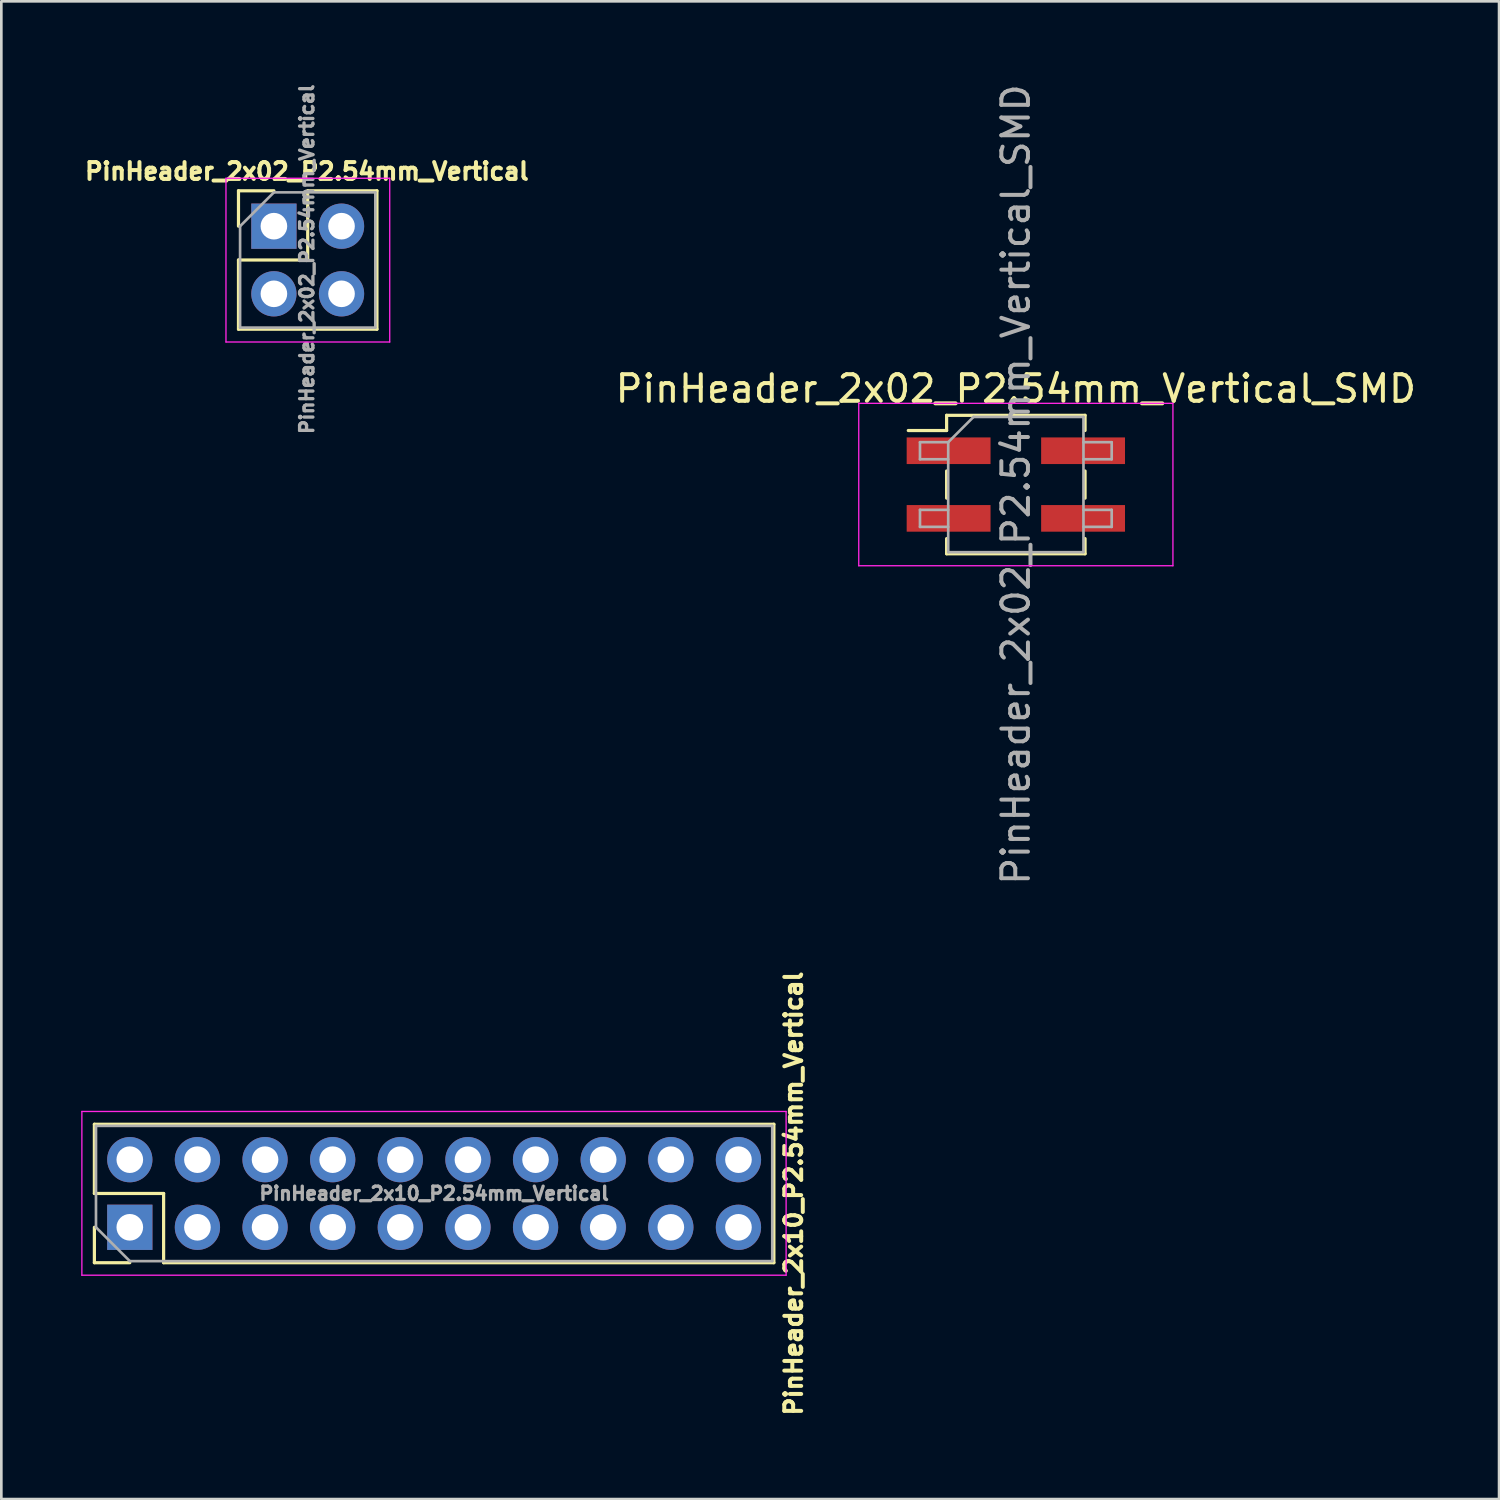
<source format=kicad_pcb>
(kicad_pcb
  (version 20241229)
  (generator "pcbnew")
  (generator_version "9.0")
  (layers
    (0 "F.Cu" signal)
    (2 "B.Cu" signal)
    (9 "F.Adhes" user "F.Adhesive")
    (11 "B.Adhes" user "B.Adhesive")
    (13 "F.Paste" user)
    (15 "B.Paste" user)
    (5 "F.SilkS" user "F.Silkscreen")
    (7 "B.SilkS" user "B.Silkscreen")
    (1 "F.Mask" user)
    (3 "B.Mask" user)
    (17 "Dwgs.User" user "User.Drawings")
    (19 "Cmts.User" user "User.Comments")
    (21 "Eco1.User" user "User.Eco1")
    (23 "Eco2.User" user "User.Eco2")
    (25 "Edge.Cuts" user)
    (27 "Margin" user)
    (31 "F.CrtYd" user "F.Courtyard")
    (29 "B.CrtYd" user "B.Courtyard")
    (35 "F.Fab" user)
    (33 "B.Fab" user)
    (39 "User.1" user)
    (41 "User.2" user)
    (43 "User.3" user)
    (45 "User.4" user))
  (footprint "PinHeader_2x02_P2.54mm_Vertical"
    (layer "F.Cu")
    (at 8.477 6.685)
    (property "Reference" "PinHeader_2x02_P2.54mm_Vertical" (at 0 -3.3 0) (layer "F.SilkS") (effects (font (size 0.635 0.635) (thickness 0.15))))
    (attr through_hole)
    (fp_line (start -2.57 -2.57) (end -1.24 -2.57) (stroke (width 0.12) (type solid)) (layer "F.SilkS"))
    (fp_line (start -2.57 -1.24) (end -2.57 -2.57) (stroke (width 0.12) (type solid)) (layer "F.SilkS"))
    (fp_line (start -2.57 0.03) (end -2.57 2.63) (stroke (width 0.12) (type solid)) (layer "F.SilkS"))
    (fp_line (start -2.57 0.03) (end 0.03 0.03) (stroke (width 0.12) (type solid)) (layer "F.SilkS"))
    (fp_line (start -2.57 2.63) (end 2.63 2.63) (stroke (width 0.12) (type solid)) (layer "F.SilkS"))
    (fp_line (start 0.03 -2.57) (end 2.63 -2.57) (stroke (width 0.12) (type solid)) (layer "F.SilkS"))
    (fp_line (start 0.03 0.03) (end 0.03 -2.57) (stroke (width 0.12) (type solid)) (layer "F.SilkS"))
    (fp_line (start 2.63 -2.57) (end 2.63 2.63) (stroke (width 0.12) (type solid)) (layer "F.SilkS"))
    (fp_line (start -3.04 -3.04) (end -3.04 3.11) (stroke (width 0.05) (type solid)) (layer "F.CrtYd"))
    (fp_line (start -3.04 3.11) (end 3.11 3.11) (stroke (width 0.05) (type solid)) (layer "F.CrtYd"))
    (fp_line (start 3.11 -3.04) (end -3.04 -3.04) (stroke (width 0.05) (type solid)) (layer "F.CrtYd"))
    (fp_line (start 3.11 3.11) (end 3.11 -3.04) (stroke (width 0.05) (type solid)) (layer "F.CrtYd"))
    (fp_line (start -2.51 -1.24) (end -1.24 -2.51) (stroke (width 0.1) (type solid)) (layer "F.Fab"))
    (fp_line (start -2.51 2.57) (end -2.51 -1.24) (stroke (width 0.1) (type solid)) (layer "F.Fab"))
    (fp_line (start -1.24 -2.51) (end 2.57 -2.51) (stroke (width 0.1) (type solid)) (layer "F.Fab"))
    (fp_line (start 2.57 -2.51) (end 2.57 2.57) (stroke (width 0.1) (type solid)) (layer "F.Fab"))
    (fp_line (start 2.57 2.57) (end -2.51 2.57) (stroke (width 0.1) (type solid)) (layer "F.Fab"))
    (fp_text user "${REFERENCE}" (at 0 0 90) (layer "F.Fab") (effects (font (size 0.5 0.5) (thickness 0.125))))
    (pad "1" thru_hole rect (at -1.24 -1.24) (size 1.7 1.7) (drill 1) (layers "*.Cu" "*.Mask"))
    (pad "2" thru_hole oval (at 1.3 -1.24) (size 1.7 1.7) (drill 1) (layers "*.Cu" "*.Mask"))
    (pad "3" thru_hole oval (at -1.24 1.3) (size 1.7 1.7) (drill 1) (layers "*.Cu" "*.Mask"))
    (pad "4" thru_hole oval (at 1.3 1.3) (size 1.7 1.7) (drill 1) (layers "*.Cu" "*.Mask")))
  (footprint "PinHeader_2x10_P2.54mm_Vertical"
    (layer "F.Cu")
    (at 13.255 41.775)
    (property "Reference" "PinHeader_2x10_P2.54mm_Vertical" (at 13.5 0 90) (layer "F.SilkS") (effects (font (size 0.635 0.635) (thickness 0.15))))
    (attr through_hole)
    (fp_line (start -12.76 -2.6) (end 12.76 -2.6) (stroke (width 0.12) (type solid)) (layer "F.SilkS"))
    (fp_line (start -12.76 0) (end -12.76 -2.6) (stroke (width 0.12) (type solid)) (layer "F.SilkS"))
    (fp_line (start -12.76 2.6) (end -12.76 1.27) (stroke (width 0.12) (type solid)) (layer "F.SilkS"))
    (fp_line (start -11.43 2.6) (end -12.76 2.6) (stroke (width 0.12) (type solid)) (layer "F.SilkS"))
    (fp_line (start -10.16 0) (end -12.76 0) (stroke (width 0.12) (type solid)) (layer "F.SilkS"))
    (fp_line (start -10.16 2.6) (end -10.16 0) (stroke (width 0.12) (type solid)) (layer "F.SilkS"))
    (fp_line (start -10.16 2.6) (end 12.76 2.6) (stroke (width 0.12) (type solid)) (layer "F.SilkS"))
    (fp_line (start 12.76 2.6) (end 12.76 -2.6) (stroke (width 0.12) (type solid)) (layer "F.SilkS"))
    (fp_line (start -13.23 -3.08) (end -13.23 3.07) (stroke (width 0.05) (type solid)) (layer "F.CrtYd"))
    (fp_line (start -13.23 3.07) (end 13.22 3.07) (stroke (width 0.05) (type solid)) (layer "F.CrtYd"))
    (fp_line (start 13.22 -3.08) (end -13.23 -3.08) (stroke (width 0.05) (type solid)) (layer "F.CrtYd"))
    (fp_line (start 13.22 3.07) (end 13.22 -3.08) (stroke (width 0.05) (type solid)) (layer "F.CrtYd"))
    (fp_line (start -12.7 -2.54) (end 12.7 -2.54) (stroke (width 0.1) (type solid)) (layer "F.Fab"))
    (fp_line (start -12.7 1.27) (end -12.7 -2.54) (stroke (width 0.1) (type solid)) (layer "F.Fab"))
    (fp_line (start -11.43 2.54) (end -12.7 1.27) (stroke (width 0.1) (type solid)) (layer "F.Fab"))
    (fp_line (start 12.7 -2.54) (end 12.7 2.54) (stroke (width 0.1) (type solid)) (layer "F.Fab"))
    (fp_line (start 12.7 2.54) (end -11.43 2.54) (stroke (width 0.1) (type solid)) (layer "F.Fab"))
    (fp_text user "${REFERENCE}" (at 0 0 180) (layer "F.Fab") (effects (font (size 0.5 0.5) (thickness 0.125))))
    (pad "1" thru_hole rect (at -11.43 1.27 90) (size 1.7 1.7) (drill 1) (layers "*.Cu" "*.Mask"))
    (pad "2" thru_hole oval (at -11.43 -1.27 90) (size 1.7 1.7) (drill 1) (layers "*.Cu" "*.Mask"))
    (pad "3" thru_hole oval (at -8.89 1.27 90) (size 1.7 1.7) (drill 1) (layers "*.Cu" "*.Mask"))
    (pad "4" thru_hole oval (at -8.89 -1.27 90) (size 1.7 1.7) (drill 1) (layers "*.Cu" "*.Mask"))
    (pad "5" thru_hole oval (at -6.35 1.27 90) (size 1.7 1.7) (drill 1) (layers "*.Cu" "*.Mask"))
    (pad "6" thru_hole oval (at -6.35 -1.27 90) (size 1.7 1.7) (drill 1) (layers "*.Cu" "*.Mask"))
    (pad "7" thru_hole oval (at -3.81 1.27 90) (size 1.7 1.7) (drill 1) (layers "*.Cu" "*.Mask"))
    (pad "8" thru_hole oval (at -3.81 -1.27 90) (size 1.7 1.7) (drill 1) (layers "*.Cu" "*.Mask"))
    (pad "9" thru_hole oval (at -1.27 1.27 90) (size 1.7 1.7) (drill 1) (layers "*.Cu" "*.Mask"))
    (pad "10" thru_hole oval (at -1.27 -1.27 90) (size 1.7 1.7) (drill 1) (layers "*.Cu" "*.Mask"))
    (pad "11" thru_hole oval (at 1.27 1.27 90) (size 1.7 1.7) (drill 1) (layers "*.Cu" "*.Mask"))
    (pad "12" thru_hole oval (at 1.27 -1.27 90) (size 1.7 1.7) (drill 1) (layers "*.Cu" "*.Mask"))
    (pad "13" thru_hole oval (at 3.81 1.27 90) (size 1.7 1.7) (drill 1) (layers "*.Cu" "*.Mask"))
    (pad "14" thru_hole oval (at 3.81 -1.27 90) (size 1.7 1.7) (drill 1) (layers "*.Cu" "*.Mask"))
    (pad "15" thru_hole oval (at 6.35 1.27 90) (size 1.7 1.7) (drill 1) (layers "*.Cu" "*.Mask"))
    (pad "16" thru_hole oval (at 6.35 -1.27 90) (size 1.7 1.7) (drill 1) (layers "*.Cu" "*.Mask"))
    (pad "17" thru_hole oval (at 8.89 1.27 90) (size 1.7 1.7) (drill 1) (layers "*.Cu" "*.Mask"))
    (pad "18" thru_hole oval (at 8.89 -1.27 90) (size 1.7 1.7) (drill 1) (layers "*.Cu" "*.Mask"))
    (pad "19" thru_hole oval (at 11.43 1.27 90) (size 1.7 1.7) (drill 1) (layers "*.Cu" "*.Mask"))
    (pad "20" thru_hole oval (at 11.43 -1.27 90) (size 1.7 1.7) (drill 1) (layers "*.Cu" "*.Mask")))
  (footprint "PinHeader_2x02_P2.54mm_Vertical_SMD"
    (layer "F.Cu")
    (at 35.103 15.149)
    (property "Reference" "PinHeader_2x02_P2.54mm_Vertical_SMD" (at 0 -3.6 0) (layer "F.SilkS") (effects (font (size 1 1) (thickness 0.15))))
    (attr smd)
    (fp_line (start -4.04 -2.03) (end -2.6 -2.03) (stroke (width 0.12) (type solid)) (layer "F.SilkS"))
    (fp_line (start -2.6 -2.6) (end -2.6 -2.03) (stroke (width 0.12) (type solid)) (layer "F.SilkS"))
    (fp_line (start -2.6 -2.6) (end 2.6 -2.6) (stroke (width 0.12) (type solid)) (layer "F.SilkS"))
    (fp_line (start -2.6 -0.51) (end -2.6 0.51) (stroke (width 0.12) (type solid)) (layer "F.SilkS"))
    (fp_line (start -2.6 2.03) (end -2.6 2.6) (stroke (width 0.12) (type solid)) (layer "F.SilkS"))
    (fp_line (start -2.6 2.6) (end 2.6 2.6) (stroke (width 0.12) (type solid)) (layer "F.SilkS"))
    (fp_line (start 2.6 -2.6) (end 2.6 -2.03) (stroke (width 0.12) (type solid)) (layer "F.SilkS"))
    (fp_line (start 2.6 -0.51) (end 2.6 0.51) (stroke (width 0.12) (type solid)) (layer "F.SilkS"))
    (fp_line (start 2.6 2.03) (end 2.6 2.6) (stroke (width 0.12) (type solid)) (layer "F.SilkS"))
    (fp_line (start -5.9 -3.05) (end -5.9 3.05) (stroke (width 0.05) (type solid)) (layer "F.CrtYd"))
    (fp_line (start -5.9 3.05) (end 5.9 3.05) (stroke (width 0.05) (type solid)) (layer "F.CrtYd"))
    (fp_line (start 5.9 -3.05) (end -5.9 -3.05) (stroke (width 0.05) (type solid)) (layer "F.CrtYd"))
    (fp_line (start 5.9 3.05) (end 5.9 -3.05) (stroke (width 0.05) (type solid)) (layer "F.CrtYd"))
    (fp_line (start -3.6 -1.59) (end -3.6 -0.95) (stroke (width 0.1) (type solid)) (layer "F.Fab"))
    (fp_line (start -3.6 -0.95) (end -2.54 -0.95) (stroke (width 0.1) (type solid)) (layer "F.Fab"))
    (fp_line (start -3.6 0.95) (end -3.6 1.59) (stroke (width 0.1) (type solid)) (layer "F.Fab"))
    (fp_line (start -3.6 1.59) (end -2.54 1.59) (stroke (width 0.1) (type solid)) (layer "F.Fab"))
    (fp_line (start -2.54 -1.59) (end -3.6 -1.59) (stroke (width 0.1) (type solid)) (layer "F.Fab"))
    (fp_line (start -2.54 -1.59) (end -1.59 -2.54) (stroke (width 0.1) (type solid)) (layer "F.Fab"))
    (fp_line (start -2.54 0.95) (end -3.6 0.95) (stroke (width 0.1) (type solid)) (layer "F.Fab"))
    (fp_line (start -2.54 2.54) (end -2.54 -1.59) (stroke (width 0.1) (type solid)) (layer "F.Fab"))
    (fp_line (start -1.59 -2.54) (end 2.54 -2.54) (stroke (width 0.1) (type solid)) (layer "F.Fab"))
    (fp_line (start 2.54 -2.54) (end 2.54 2.54) (stroke (width 0.1) (type solid)) (layer "F.Fab"))
    (fp_line (start 2.54 -1.59) (end 3.6 -1.59) (stroke (width 0.1) (type solid)) (layer "F.Fab"))
    (fp_line (start 2.54 0.95) (end 3.6 0.95) (stroke (width 0.1) (type solid)) (layer "F.Fab"))
    (fp_line (start 2.54 2.54) (end -2.54 2.54) (stroke (width 0.1) (type solid)) (layer "F.Fab"))
    (fp_line (start 3.6 -1.59) (end 3.6 -0.95) (stroke (width 0.1) (type solid)) (layer "F.Fab"))
    (fp_line (start 3.6 -0.95) (end 2.54 -0.95) (stroke (width 0.1) (type solid)) (layer "F.Fab"))
    (fp_line (start 3.6 0.95) (end 3.6 1.59) (stroke (width 0.1) (type solid)) (layer "F.Fab"))
    (fp_line (start 3.6 1.59) (end 2.54 1.59) (stroke (width 0.1) (type solid)) (layer "F.Fab"))
    (fp_text user "${REFERENCE}" (at 0 0 90) (layer "F.Fab") (effects (font (size 1 1) (thickness 0.15))))
    (pad "1" smd rect (at -2.525 -1.27) (size 3.15 1) (layers "F.Cu" "F.Mask" "F.Paste"))
    (pad "2" smd rect (at 2.525 -1.27) (size 3.15 1) (layers "F.Cu" "F.Mask" "F.Paste"))
    (pad "3" smd rect (at -2.525 1.27) (size 3.15 1) (layers "F.Cu" "F.Mask" "F.Paste"))
    (pad "4" smd rect (at 2.525 1.27) (size 3.15 1) (layers "F.Cu" "F.Mask" "F.Paste")))
  (gr_rect
    (start -3 -3)
    (end 53.252 53.252)
    (stroke (width 0.1) (type default))
    (fill no)
    (layer "Edge.Cuts")))
</source>
